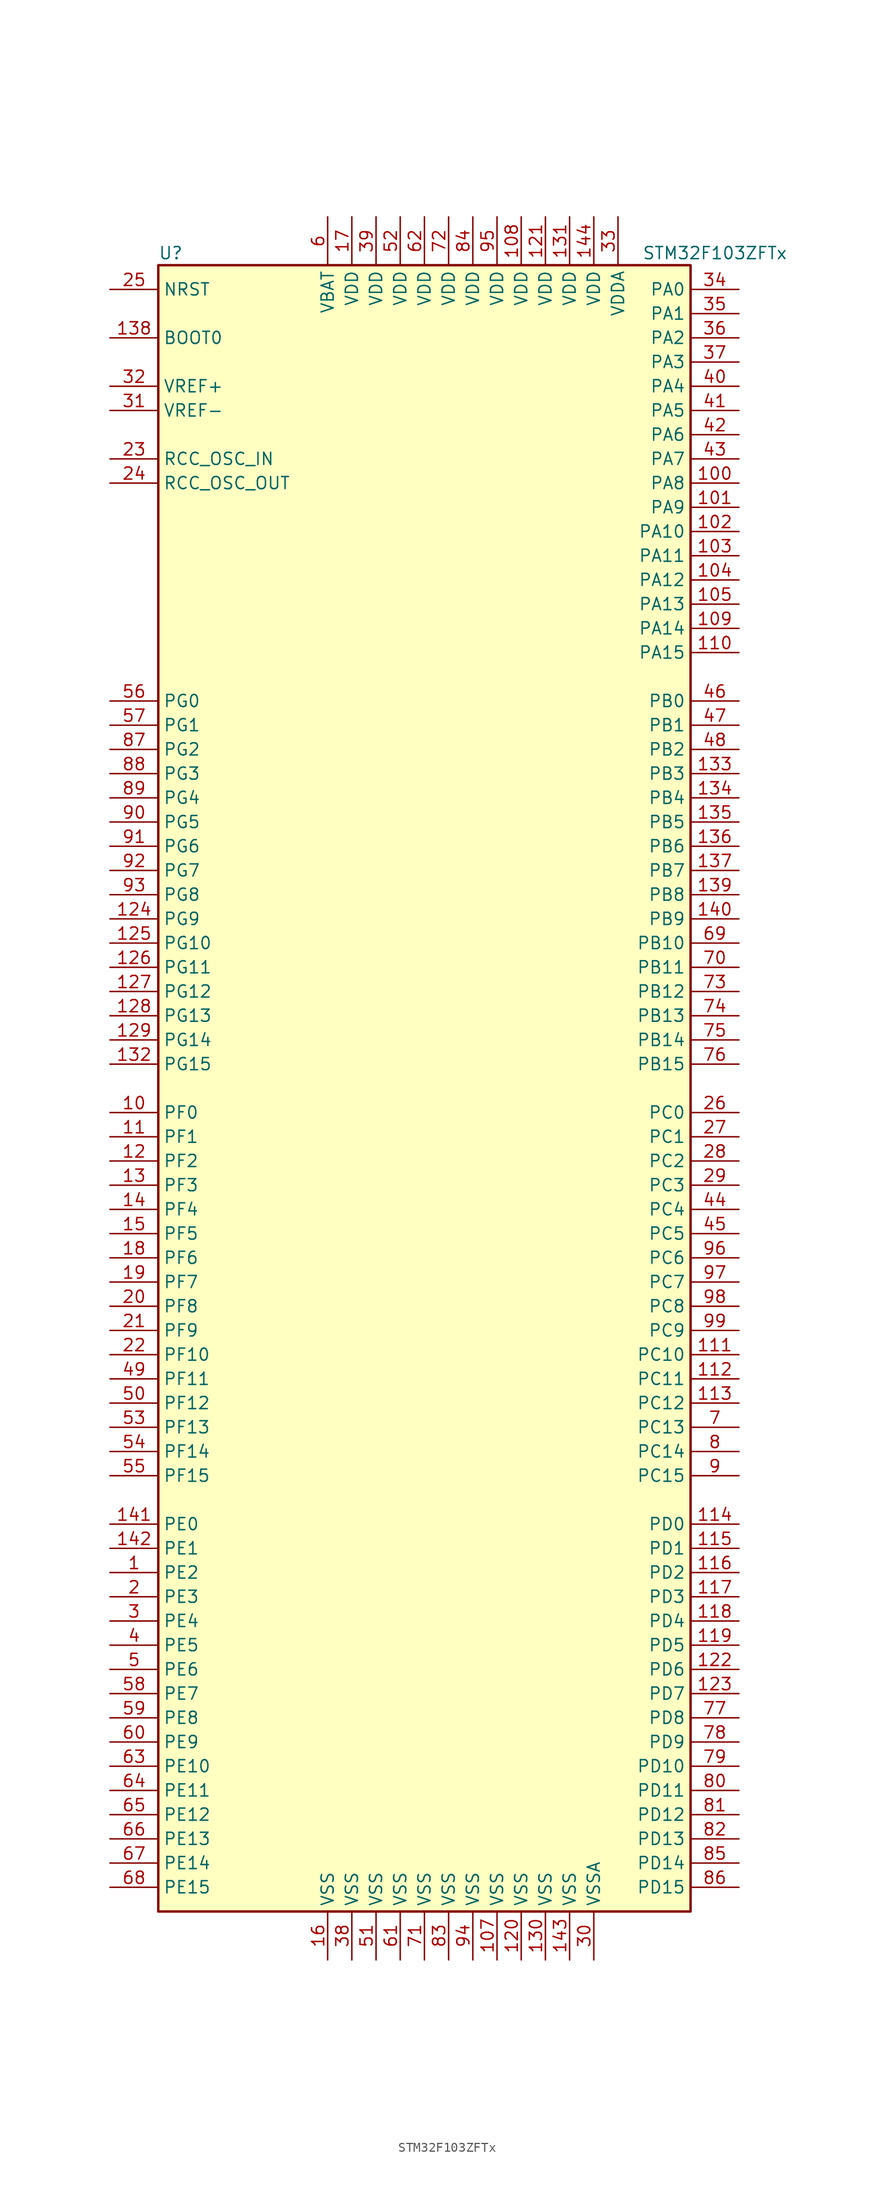
<source format=kicad_sym>
(kicad_symbol_lib
  (version 20201005)
  (generator kicad_symbol_editor)
  (symbol "STM32F103ZFTx"
    (property "Reference" "U"
      (at -27.94 87.63 0)
      (effects (font (size 1.27 1.27)) (justify left)))
    (property "Value" "STM32F103ZFTx"
      (at 22.86 87.63 0)
      (effects (font (size 1.27 1.27)) (justify left)))
    (symbol "STM32F103ZFTx_0_1"
      (rectangle (start -27.94 -86.36) (end 27.94 86.36) (stroke (width 0.254)) (fill (type background))))
    (symbol "STM32F103ZFTx_1_1"
      (pin bidirectional line (at -33.02 -50.8 0) (length 5.08) (name "PE2" (effects (font (size 1.27 1.27)))) (number "1" (effects (font (size 1.27 1.27)))))
      (pin bidirectional line (at -33.02 -2.54 0) (length 5.08) (name "PF0" (effects (font (size 1.27 1.27)))) (number "10" (effects (font (size 1.27 1.27)))))
      (pin bidirectional line (at 33.02 63.5 180) (length 5.08) (name "PA8" (effects (font (size 1.27 1.27)))) (number "100" (effects (font (size 1.27 1.27)))))
      (pin bidirectional line (at 33.02 60.96 180) (length 5.08) (name "PA9" (effects (font (size 1.27 1.27)))) (number "101" (effects (font (size 1.27 1.27)))))
      (pin bidirectional line (at 33.02 58.42 180) (length 5.08) (name "PA10" (effects (font (size 1.27 1.27)))) (number "102" (effects (font (size 1.27 1.27)))))
      (pin bidirectional line (at 33.02 55.88 180) (length 5.08) (name "PA11" (effects (font (size 1.27 1.27)))) (number "103" (effects (font (size 1.27 1.27)))))
      (pin bidirectional line (at 33.02 53.34 180) (length 5.08) (name "PA12" (effects (font (size 1.27 1.27)))) (number "104" (effects (font (size 1.27 1.27)))))
      (pin bidirectional line (at 33.02 50.8 180) (length 5.08) (name "PA13" (effects (font (size 1.27 1.27)))) (number "105" (effects (font (size 1.27 1.27)))))
      (pin no_connect line (at -27.94 -83.82 0) (length 5.08) hide (name "NC" (effects (font (size 1.27 1.27)))) (number "106" (effects (font (size 1.27 1.27)))))
      (pin power_in line (at 7.62 -91.44 90) (length 5.08) (name "VSS" (effects (font (size 1.27 1.27)))) (number "107" (effects (font (size 1.27 1.27)))))
      (pin power_in line (at 10.16 91.44 270) (length 5.08) (name "VDD" (effects (font (size 1.27 1.27)))) (number "108" (effects (font (size 1.27 1.27)))))
      (pin bidirectional line (at 33.02 48.26 180) (length 5.08) (name "PA14" (effects (font (size 1.27 1.27)))) (number "109" (effects (font (size 1.27 1.27)))))
      (pin bidirectional line (at -33.02 -5.08 0) (length 5.08) (name "PF1" (effects (font (size 1.27 1.27)))) (number "11" (effects (font (size 1.27 1.27)))))
      (pin bidirectional line (at 33.02 45.72 180) (length 5.08) (name "PA15" (effects (font (size 1.27 1.27)))) (number "110" (effects (font (size 1.27 1.27)))))
      (pin bidirectional line (at 33.02 -27.94 180) (length 5.08) (name "PC10" (effects (font (size 1.27 1.27)))) (number "111" (effects (font (size 1.27 1.27)))))
      (pin bidirectional line (at 33.02 -30.48 180) (length 5.08) (name "PC11" (effects (font (size 1.27 1.27)))) (number "112" (effects (font (size 1.27 1.27)))))
      (pin bidirectional line (at 33.02 -33.02 180) (length 5.08) (name "PC12" (effects (font (size 1.27 1.27)))) (number "113" (effects (font (size 1.27 1.27)))))
      (pin bidirectional line (at 33.02 -45.72 180) (length 5.08) (name "PD0" (effects (font (size 1.27 1.27)))) (number "114" (effects (font (size 1.27 1.27)))))
      (pin bidirectional line (at 33.02 -48.26 180) (length 5.08) (name "PD1" (effects (font (size 1.27 1.27)))) (number "115" (effects (font (size 1.27 1.27)))))
      (pin bidirectional line (at 33.02 -50.8 180) (length 5.08) (name "PD2" (effects (font (size 1.27 1.27)))) (number "116" (effects (font (size 1.27 1.27)))))
      (pin bidirectional line (at 33.02 -53.34 180) (length 5.08) (name "PD3" (effects (font (size 1.27 1.27)))) (number "117" (effects (font (size 1.27 1.27)))))
      (pin bidirectional line (at 33.02 -55.88 180) (length 5.08) (name "PD4" (effects (font (size 1.27 1.27)))) (number "118" (effects (font (size 1.27 1.27)))))
      (pin bidirectional line (at 33.02 -58.42 180) (length 5.08) (name "PD5" (effects (font (size 1.27 1.27)))) (number "119" (effects (font (size 1.27 1.27)))))
      (pin bidirectional line (at -33.02 -7.62 0) (length 5.08) (name "PF2" (effects (font (size 1.27 1.27)))) (number "12" (effects (font (size 1.27 1.27)))))
      (pin power_in line (at 10.16 -91.44 90) (length 5.08) (name "VSS" (effects (font (size 1.27 1.27)))) (number "120" (effects (font (size 1.27 1.27)))))
      (pin power_in line (at 12.7 91.44 270) (length 5.08) (name "VDD" (effects (font (size 1.27 1.27)))) (number "121" (effects (font (size 1.27 1.27)))))
      (pin bidirectional line (at 33.02 -60.96 180) (length 5.08) (name "PD6" (effects (font (size 1.27 1.27)))) (number "122" (effects (font (size 1.27 1.27)))))
      (pin bidirectional line (at 33.02 -63.5 180) (length 5.08) (name "PD7" (effects (font (size 1.27 1.27)))) (number "123" (effects (font (size 1.27 1.27)))))
      (pin bidirectional line (at -33.02 17.78 0) (length 5.08) (name "PG9" (effects (font (size 1.27 1.27)))) (number "124" (effects (font (size 1.27 1.27)))))
      (pin bidirectional line (at -33.02 15.24 0) (length 5.08) (name "PG10" (effects (font (size 1.27 1.27)))) (number "125" (effects (font (size 1.27 1.27)))))
      (pin bidirectional line (at -33.02 12.7 0) (length 5.08) (name "PG11" (effects (font (size 1.27 1.27)))) (number "126" (effects (font (size 1.27 1.27)))))
      (pin bidirectional line (at -33.02 10.16 0) (length 5.08) (name "PG12" (effects (font (size 1.27 1.27)))) (number "127" (effects (font (size 1.27 1.27)))))
      (pin bidirectional line (at -33.02 7.62 0) (length 5.08) (name "PG13" (effects (font (size 1.27 1.27)))) (number "128" (effects (font (size 1.27 1.27)))))
      (pin bidirectional line (at -33.02 5.08 0) (length 5.08) (name "PG14" (effects (font (size 1.27 1.27)))) (number "129" (effects (font (size 1.27 1.27)))))
      (pin bidirectional line (at -33.02 -10.16 0) (length 5.08) (name "PF3" (effects (font (size 1.27 1.27)))) (number "13" (effects (font (size 1.27 1.27)))))
      (pin power_in line (at 12.7 -91.44 90) (length 5.08) (name "VSS" (effects (font (size 1.27 1.27)))) (number "130" (effects (font (size 1.27 1.27)))))
      (pin power_in line (at 15.24 91.44 270) (length 5.08) (name "VDD" (effects (font (size 1.27 1.27)))) (number "131" (effects (font (size 1.27 1.27)))))
      (pin bidirectional line (at -33.02 2.54 0) (length 5.08) (name "PG15" (effects (font (size 1.27 1.27)))) (number "132" (effects (font (size 1.27 1.27)))))
      (pin bidirectional line (at 33.02 33.02 180) (length 5.08) (name "PB3" (effects (font (size 1.27 1.27)))) (number "133" (effects (font (size 1.27 1.27)))))
      (pin bidirectional line (at 33.02 30.48 180) (length 5.08) (name "PB4" (effects (font (size 1.27 1.27)))) (number "134" (effects (font (size 1.27 1.27)))))
      (pin bidirectional line (at 33.02 27.94 180) (length 5.08) (name "PB5" (effects (font (size 1.27 1.27)))) (number "135" (effects (font (size 1.27 1.27)))))
      (pin bidirectional line (at 33.02 25.4 180) (length 5.08) (name "PB6" (effects (font (size 1.27 1.27)))) (number "136" (effects (font (size 1.27 1.27)))))
      (pin bidirectional line (at 33.02 22.86 180) (length 5.08) (name "PB7" (effects (font (size 1.27 1.27)))) (number "137" (effects (font (size 1.27 1.27)))))
      (pin input line (at -33.02 78.74 0) (length 5.08) (name "BOOT0" (effects (font (size 1.27 1.27)))) (number "138" (effects (font (size 1.27 1.27)))))
      (pin bidirectional line (at 33.02 20.32 180) (length 5.08) (name "PB8" (effects (font (size 1.27 1.27)))) (number "139" (effects (font (size 1.27 1.27)))))
      (pin bidirectional line (at -33.02 -12.7 0) (length 5.08) (name "PF4" (effects (font (size 1.27 1.27)))) (number "14" (effects (font (size 1.27 1.27)))))
      (pin bidirectional line (at 33.02 17.78 180) (length 5.08) (name "PB9" (effects (font (size 1.27 1.27)))) (number "140" (effects (font (size 1.27 1.27)))))
      (pin bidirectional line (at -33.02 -45.72 0) (length 5.08) (name "PE0" (effects (font (size 1.27 1.27)))) (number "141" (effects (font (size 1.27 1.27)))))
      (pin bidirectional line (at -33.02 -48.26 0) (length 5.08) (name "PE1" (effects (font (size 1.27 1.27)))) (number "142" (effects (font (size 1.27 1.27)))))
      (pin power_in line (at 15.24 -91.44 90) (length 5.08) (name "VSS" (effects (font (size 1.27 1.27)))) (number "143" (effects (font (size 1.27 1.27)))))
      (pin power_in line (at 17.78 91.44 270) (length 5.08) (name "VDD" (effects (font (size 1.27 1.27)))) (number "144" (effects (font (size 1.27 1.27)))))
      (pin bidirectional line (at -33.02 -15.24 0) (length 5.08) (name "PF5" (effects (font (size 1.27 1.27)))) (number "15" (effects (font (size 1.27 1.27)))))
      (pin power_in line (at -10.16 -91.44 90) (length 5.08) (name "VSS" (effects (font (size 1.27 1.27)))) (number "16" (effects (font (size 1.27 1.27)))))
      (pin power_in line (at -7.62 91.44 270) (length 5.08) (name "VDD" (effects (font (size 1.27 1.27)))) (number "17" (effects (font (size 1.27 1.27)))))
      (pin bidirectional line (at -33.02 -17.78 0) (length 5.08) (name "PF6" (effects (font (size 1.27 1.27)))) (number "18" (effects (font (size 1.27 1.27)))))
      (pin bidirectional line (at -33.02 -20.32 0) (length 5.08) (name "PF7" (effects (font (size 1.27 1.27)))) (number "19" (effects (font (size 1.27 1.27)))))
      (pin bidirectional line (at -33.02 -53.34 0) (length 5.08) (name "PE3" (effects (font (size 1.27 1.27)))) (number "2" (effects (font (size 1.27 1.27)))))
      (pin bidirectional line (at -33.02 -22.86 0) (length 5.08) (name "PF8" (effects (font (size 1.27 1.27)))) (number "20" (effects (font (size 1.27 1.27)))))
      (pin bidirectional line (at -33.02 -25.4 0) (length 5.08) (name "PF9" (effects (font (size 1.27 1.27)))) (number "21" (effects (font (size 1.27 1.27)))))
      (pin bidirectional line (at -33.02 -27.94 0) (length 5.08) (name "PF10" (effects (font (size 1.27 1.27)))) (number "22" (effects (font (size 1.27 1.27)))))
      (pin input line (at -33.02 66.04 0) (length 5.08) (name "RCC_OSC_IN" (effects (font (size 1.27 1.27)))) (number "23" (effects (font (size 1.27 1.27)))))
      (pin input line (at -33.02 63.5 0) (length 5.08) (name "RCC_OSC_OUT" (effects (font (size 1.27 1.27)))) (number "24" (effects (font (size 1.27 1.27)))))
      (pin input line (at -33.02 83.82 0) (length 5.08) (name "NRST" (effects (font (size 1.27 1.27)))) (number "25" (effects (font (size 1.27 1.27)))))
      (pin bidirectional line (at 33.02 -2.54 180) (length 5.08) (name "PC0" (effects (font (size 1.27 1.27)))) (number "26" (effects (font (size 1.27 1.27)))))
      (pin bidirectional line (at 33.02 -5.08 180) (length 5.08) (name "PC1" (effects (font (size 1.27 1.27)))) (number "27" (effects (font (size 1.27 1.27)))))
      (pin bidirectional line (at 33.02 -7.62 180) (length 5.08) (name "PC2" (effects (font (size 1.27 1.27)))) (number "28" (effects (font (size 1.27 1.27)))))
      (pin bidirectional line (at 33.02 -10.16 180) (length 5.08) (name "PC3" (effects (font (size 1.27 1.27)))) (number "29" (effects (font (size 1.27 1.27)))))
      (pin bidirectional line (at -33.02 -55.88 0) (length 5.08) (name "PE4" (effects (font (size 1.27 1.27)))) (number "3" (effects (font (size 1.27 1.27)))))
      (pin power_in line (at 17.78 -91.44 90) (length 5.08) (name "VSSA" (effects (font (size 1.27 1.27)))) (number "30" (effects (font (size 1.27 1.27)))))
      (pin power_in line (at -33.02 71.12 0) (length 5.08) (name "VREF-" (effects (font (size 1.27 1.27)))) (number "31" (effects (font (size 1.27 1.27)))))
      (pin power_in line (at -33.02 73.66 0) (length 5.08) (name "VREF+" (effects (font (size 1.27 1.27)))) (number "32" (effects (font (size 1.27 1.27)))))
      (pin power_in line (at 20.32 91.44 270) (length 5.08) (name "VDDA" (effects (font (size 1.27 1.27)))) (number "33" (effects (font (size 1.27 1.27)))))
      (pin bidirectional line (at 33.02 83.82 180) (length 5.08) (name "PA0" (effects (font (size 1.27 1.27)))) (number "34" (effects (font (size 1.27 1.27)))))
      (pin bidirectional line (at 33.02 81.28 180) (length 5.08) (name "PA1" (effects (font (size 1.27 1.27)))) (number "35" (effects (font (size 1.27 1.27)))))
      (pin bidirectional line (at 33.02 78.74 180) (length 5.08) (name "PA2" (effects (font (size 1.27 1.27)))) (number "36" (effects (font (size 1.27 1.27)))))
      (pin bidirectional line (at 33.02 76.2 180) (length 5.08) (name "PA3" (effects (font (size 1.27 1.27)))) (number "37" (effects (font (size 1.27 1.27)))))
      (pin power_in line (at -7.62 -91.44 90) (length 5.08) (name "VSS" (effects (font (size 1.27 1.27)))) (number "38" (effects (font (size 1.27 1.27)))))
      (pin power_in line (at -5.08 91.44 270) (length 5.08) (name "VDD" (effects (font (size 1.27 1.27)))) (number "39" (effects (font (size 1.27 1.27)))))
      (pin bidirectional line (at -33.02 -58.42 0) (length 5.08) (name "PE5" (effects (font (size 1.27 1.27)))) (number "4" (effects (font (size 1.27 1.27)))))
      (pin bidirectional line (at 33.02 73.66 180) (length 5.08) (name "PA4" (effects (font (size 1.27 1.27)))) (number "40" (effects (font (size 1.27 1.27)))))
      (pin bidirectional line (at 33.02 71.12 180) (length 5.08) (name "PA5" (effects (font (size 1.27 1.27)))) (number "41" (effects (font (size 1.27 1.27)))))
      (pin bidirectional line (at 33.02 68.58 180) (length 5.08) (name "PA6" (effects (font (size 1.27 1.27)))) (number "42" (effects (font (size 1.27 1.27)))))
      (pin bidirectional line (at 33.02 66.04 180) (length 5.08) (name "PA7" (effects (font (size 1.27 1.27)))) (number "43" (effects (font (size 1.27 1.27)))))
      (pin bidirectional line (at 33.02 -12.7 180) (length 5.08) (name "PC4" (effects (font (size 1.27 1.27)))) (number "44" (effects (font (size 1.27 1.27)))))
      (pin bidirectional line (at 33.02 -15.24 180) (length 5.08) (name "PC5" (effects (font (size 1.27 1.27)))) (number "45" (effects (font (size 1.27 1.27)))))
      (pin bidirectional line (at 33.02 40.64 180) (length 5.08) (name "PB0" (effects (font (size 1.27 1.27)))) (number "46" (effects (font (size 1.27 1.27)))))
      (pin bidirectional line (at 33.02 38.1 180) (length 5.08) (name "PB1" (effects (font (size 1.27 1.27)))) (number "47" (effects (font (size 1.27 1.27)))))
      (pin bidirectional line (at 33.02 35.56 180) (length 5.08) (name "PB2" (effects (font (size 1.27 1.27)))) (number "48" (effects (font (size 1.27 1.27)))))
      (pin bidirectional line (at -33.02 -30.48 0) (length 5.08) (name "PF11" (effects (font (size 1.27 1.27)))) (number "49" (effects (font (size 1.27 1.27)))))
      (pin bidirectional line (at -33.02 -60.96 0) (length 5.08) (name "PE6" (effects (font (size 1.27 1.27)))) (number "5" (effects (font (size 1.27 1.27)))))
      (pin bidirectional line (at -33.02 -33.02 0) (length 5.08) (name "PF12" (effects (font (size 1.27 1.27)))) (number "50" (effects (font (size 1.27 1.27)))))
      (pin power_in line (at -5.08 -91.44 90) (length 5.08) (name "VSS" (effects (font (size 1.27 1.27)))) (number "51" (effects (font (size 1.27 1.27)))))
      (pin power_in line (at -2.54 91.44 270) (length 5.08) (name "VDD" (effects (font (size 1.27 1.27)))) (number "52" (effects (font (size 1.27 1.27)))))
      (pin bidirectional line (at -33.02 -35.56 0) (length 5.08) (name "PF13" (effects (font (size 1.27 1.27)))) (number "53" (effects (font (size 1.27 1.27)))))
      (pin bidirectional line (at -33.02 -38.1 0) (length 5.08) (name "PF14" (effects (font (size 1.27 1.27)))) (number "54" (effects (font (size 1.27 1.27)))))
      (pin bidirectional line (at -33.02 -40.64 0) (length 5.08) (name "PF15" (effects (font (size 1.27 1.27)))) (number "55" (effects (font (size 1.27 1.27)))))
      (pin bidirectional line (at -33.02 40.64 0) (length 5.08) (name "PG0" (effects (font (size 1.27 1.27)))) (number "56" (effects (font (size 1.27 1.27)))))
      (pin bidirectional line (at -33.02 38.1 0) (length 5.08) (name "PG1" (effects (font (size 1.27 1.27)))) (number "57" (effects (font (size 1.27 1.27)))))
      (pin bidirectional line (at -33.02 -63.5 0) (length 5.08) (name "PE7" (effects (font (size 1.27 1.27)))) (number "58" (effects (font (size 1.27 1.27)))))
      (pin bidirectional line (at -33.02 -66.04 0) (length 5.08) (name "PE8" (effects (font (size 1.27 1.27)))) (number "59" (effects (font (size 1.27 1.27)))))
      (pin power_in line (at -10.16 91.44 270) (length 5.08) (name "VBAT" (effects (font (size 1.27 1.27)))) (number "6" (effects (font (size 1.27 1.27)))))
      (pin bidirectional line (at -33.02 -68.58 0) (length 5.08) (name "PE9" (effects (font (size 1.27 1.27)))) (number "60" (effects (font (size 1.27 1.27)))))
      (pin power_in line (at -2.54 -91.44 90) (length 5.08) (name "VSS" (effects (font (size 1.27 1.27)))) (number "61" (effects (font (size 1.27 1.27)))))
      (pin power_in line (at 0 91.44 270) (length 5.08) (name "VDD" (effects (font (size 1.27 1.27)))) (number "62" (effects (font (size 1.27 1.27)))))
      (pin bidirectional line (at -33.02 -71.12 0) (length 5.08) (name "PE10" (effects (font (size 1.27 1.27)))) (number "63" (effects (font (size 1.27 1.27)))))
      (pin bidirectional line (at -33.02 -73.66 0) (length 5.08) (name "PE11" (effects (font (size 1.27 1.27)))) (number "64" (effects (font (size 1.27 1.27)))))
      (pin bidirectional line (at -33.02 -76.2 0) (length 5.08) (name "PE12" (effects (font (size 1.27 1.27)))) (number "65" (effects (font (size 1.27 1.27)))))
      (pin bidirectional line (at -33.02 -78.74 0) (length 5.08) (name "PE13" (effects (font (size 1.27 1.27)))) (number "66" (effects (font (size 1.27 1.27)))))
      (pin bidirectional line (at -33.02 -81.28 0) (length 5.08) (name "PE14" (effects (font (size 1.27 1.27)))) (number "67" (effects (font (size 1.27 1.27)))))
      (pin bidirectional line (at -33.02 -83.82 0) (length 5.08) (name "PE15" (effects (font (size 1.27 1.27)))) (number "68" (effects (font (size 1.27 1.27)))))
      (pin bidirectional line (at 33.02 15.24 180) (length 5.08) (name "PB10" (effects (font (size 1.27 1.27)))) (number "69" (effects (font (size 1.27 1.27)))))
      (pin bidirectional line (at 33.02 -35.56 180) (length 5.08) (name "PC13" (effects (font (size 1.27 1.27)))) (number "7" (effects (font (size 1.27 1.27)))))
      (pin bidirectional line (at 33.02 12.7 180) (length 5.08) (name "PB11" (effects (font (size 1.27 1.27)))) (number "70" (effects (font (size 1.27 1.27)))))
      (pin power_in line (at 0 -91.44 90) (length 5.08) (name "VSS" (effects (font (size 1.27 1.27)))) (number "71" (effects (font (size 1.27 1.27)))))
      (pin power_in line (at 2.54 91.44 270) (length 5.08) (name "VDD" (effects (font (size 1.27 1.27)))) (number "72" (effects (font (size 1.27 1.27)))))
      (pin bidirectional line (at 33.02 10.16 180) (length 5.08) (name "PB12" (effects (font (size 1.27 1.27)))) (number "73" (effects (font (size 1.27 1.27)))))
      (pin bidirectional line (at 33.02 7.62 180) (length 5.08) (name "PB13" (effects (font (size 1.27 1.27)))) (number "74" (effects (font (size 1.27 1.27)))))
      (pin bidirectional line (at 33.02 5.08 180) (length 5.08) (name "PB14" (effects (font (size 1.27 1.27)))) (number "75" (effects (font (size 1.27 1.27)))))
      (pin bidirectional line (at 33.02 2.54 180) (length 5.08) (name "PB15" (effects (font (size 1.27 1.27)))) (number "76" (effects (font (size 1.27 1.27)))))
      (pin bidirectional line (at 33.02 -66.04 180) (length 5.08) (name "PD8" (effects (font (size 1.27 1.27)))) (number "77" (effects (font (size 1.27 1.27)))))
      (pin bidirectional line (at 33.02 -68.58 180) (length 5.08) (name "PD9" (effects (font (size 1.27 1.27)))) (number "78" (effects (font (size 1.27 1.27)))))
      (pin bidirectional line (at 33.02 -71.12 180) (length 5.08) (name "PD10" (effects (font (size 1.27 1.27)))) (number "79" (effects (font (size 1.27 1.27)))))
      (pin bidirectional line (at 33.02 -38.1 180) (length 5.08) (name "PC14" (effects (font (size 1.27 1.27)))) (number "8" (effects (font (size 1.27 1.27)))))
      (pin bidirectional line (at 33.02 -73.66 180) (length 5.08) (name "PD11" (effects (font (size 1.27 1.27)))) (number "80" (effects (font (size 1.27 1.27)))))
      (pin bidirectional line (at 33.02 -76.2 180) (length 5.08) (name "PD12" (effects (font (size 1.27 1.27)))) (number "81" (effects (font (size 1.27 1.27)))))
      (pin bidirectional line (at 33.02 -78.74 180) (length 5.08) (name "PD13" (effects (font (size 1.27 1.27)))) (number "82" (effects (font (size 1.27 1.27)))))
      (pin power_in line (at 2.54 -91.44 90) (length 5.08) (name "VSS" (effects (font (size 1.27 1.27)))) (number "83" (effects (font (size 1.27 1.27)))))
      (pin power_in line (at 5.08 91.44 270) (length 5.08) (name "VDD" (effects (font (size 1.27 1.27)))) (number "84" (effects (font (size 1.27 1.27)))))
      (pin bidirectional line (at 33.02 -81.28 180) (length 5.08) (name "PD14" (effects (font (size 1.27 1.27)))) (number "85" (effects (font (size 1.27 1.27)))))
      (pin bidirectional line (at 33.02 -83.82 180) (length 5.08) (name "PD15" (effects (font (size 1.27 1.27)))) (number "86" (effects (font (size 1.27 1.27)))))
      (pin bidirectional line (at -33.02 35.56 0) (length 5.08) (name "PG2" (effects (font (size 1.27 1.27)))) (number "87" (effects (font (size 1.27 1.27)))))
      (pin bidirectional line (at -33.02 33.02 0) (length 5.08) (name "PG3" (effects (font (size 1.27 1.27)))) (number "88" (effects (font (size 1.27 1.27)))))
      (pin bidirectional line (at -33.02 30.48 0) (length 5.08) (name "PG4" (effects (font (size 1.27 1.27)))) (number "89" (effects (font (size 1.27 1.27)))))
      (pin bidirectional line (at 33.02 -40.64 180) (length 5.08) (name "PC15" (effects (font (size 1.27 1.27)))) (number "9" (effects (font (size 1.27 1.27)))))
      (pin bidirectional line (at -33.02 27.94 0) (length 5.08) (name "PG5" (effects (font (size 1.27 1.27)))) (number "90" (effects (font (size 1.27 1.27)))))
      (pin bidirectional line (at -33.02 25.4 0) (length 5.08) (name "PG6" (effects (font (size 1.27 1.27)))) (number "91" (effects (font (size 1.27 1.27)))))
      (pin bidirectional line (at -33.02 22.86 0) (length 5.08) (name "PG7" (effects (font (size 1.27 1.27)))) (number "92" (effects (font (size 1.27 1.27)))))
      (pin bidirectional line (at -33.02 20.32 0) (length 5.08) (name "PG8" (effects (font (size 1.27 1.27)))) (number "93" (effects (font (size 1.27 1.27)))))
      (pin power_in line (at 5.08 -91.44 90) (length 5.08) (name "VSS" (effects (font (size 1.27 1.27)))) (number "94" (effects (font (size 1.27 1.27)))))
      (pin power_in line (at 7.62 91.44 270) (length 5.08) (name "VDD" (effects (font (size 1.27 1.27)))) (number "95" (effects (font (size 1.27 1.27)))))
      (pin bidirectional line (at 33.02 -17.78 180) (length 5.08) (name "PC6" (effects (font (size 1.27 1.27)))) (number "96" (effects (font (size 1.27 1.27)))))
      (pin bidirectional line (at 33.02 -20.32 180) (length 5.08) (name "PC7" (effects (font (size 1.27 1.27)))) (number "97" (effects (font (size 1.27 1.27)))))
      (pin bidirectional line (at 33.02 -22.86 180) (length 5.08) (name "PC8" (effects (font (size 1.27 1.27)))) (number "98" (effects (font (size 1.27 1.27)))))
      (pin bidirectional line (at 33.02 -25.4 180) (length 5.08) (name "PC9" (effects (font (size 1.27 1.27)))) (number "99" (effects (font (size 1.27 1.27))))))))
</source>
